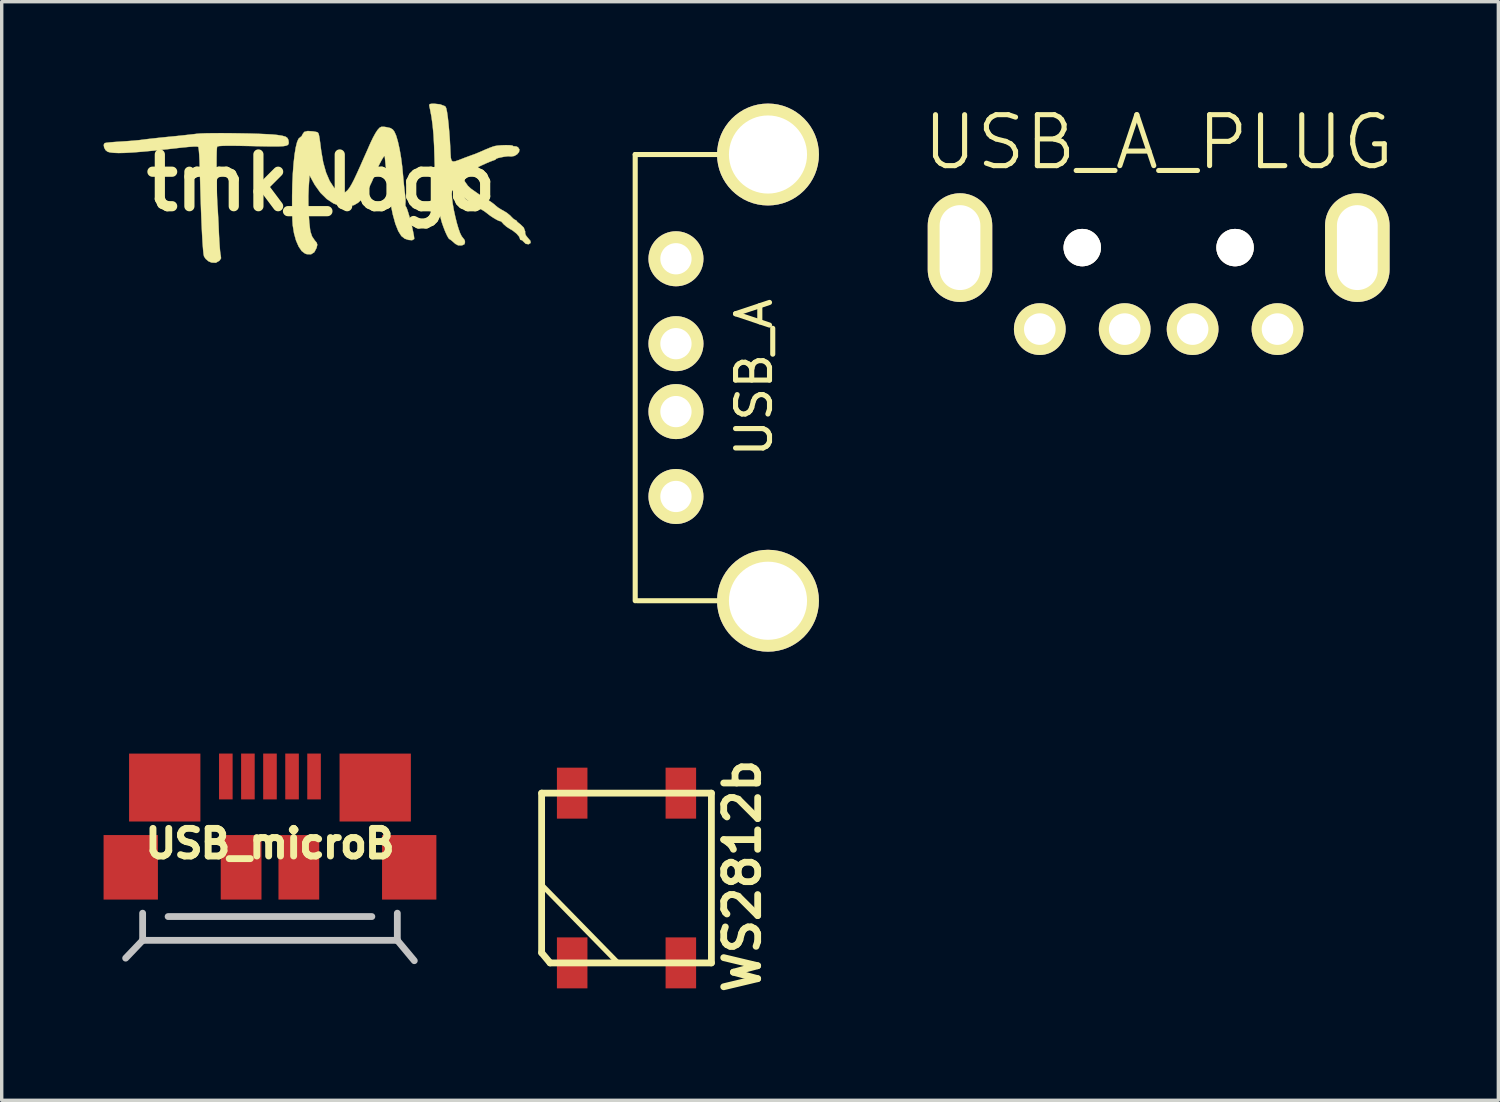
<source format=kicad_pcb>
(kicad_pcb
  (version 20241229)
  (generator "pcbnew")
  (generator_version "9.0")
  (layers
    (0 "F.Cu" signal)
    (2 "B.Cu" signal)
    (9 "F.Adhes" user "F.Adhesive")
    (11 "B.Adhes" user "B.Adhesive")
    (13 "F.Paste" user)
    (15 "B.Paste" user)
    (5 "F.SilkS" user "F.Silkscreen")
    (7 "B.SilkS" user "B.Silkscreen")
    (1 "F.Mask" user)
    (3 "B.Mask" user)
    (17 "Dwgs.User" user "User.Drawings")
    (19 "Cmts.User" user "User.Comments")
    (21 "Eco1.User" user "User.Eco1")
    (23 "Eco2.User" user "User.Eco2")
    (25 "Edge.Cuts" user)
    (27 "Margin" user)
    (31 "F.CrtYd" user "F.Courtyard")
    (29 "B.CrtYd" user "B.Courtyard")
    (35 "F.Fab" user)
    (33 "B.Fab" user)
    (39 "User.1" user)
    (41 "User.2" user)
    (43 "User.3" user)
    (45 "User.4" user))
  (footprint "USB_A_PLUG"
    (layer "F.Cu")
    (at 31.069 6.641)
    (property "Reference" "USB_A_PLUG" (at 0 -5.5 0) (layer "F.SilkS") (effects (font (size 1.5 1.5) (thickness 0.15))))
    (attr through_hole)
    (pad "1" thru_hole circle (at -3.5 0) (size 1.524 1.524) (drill 0.93) (layers "*.Cu" "*.Mask" "F.SilkS"))
    (pad "2" thru_hole circle (at -1 0) (size 1.524 1.524) (drill 0.93) (layers "*.Cu" "*.Mask" "F.SilkS"))
    (pad "3" thru_hole circle (at 1 0) (size 1.524 1.524) (drill 0.93) (layers "*.Cu" "*.Mask" "F.SilkS"))
    (pad "4" thru_hole circle (at 3.5 0) (size 1.524 1.524) (drill 0.93) (layers "*.Cu" "*.Mask" "F.SilkS"))
    (pad "5" thru_hole oval (at -5.85 -2.4) (size 1.9 3.2) (drill oval 1.2 2.5) (layers "*.Cu" "*.Mask" "F.SilkS"))
    (pad "5" thru_hole oval (at 5.85 -2.4) (size 1.9 3.2) (drill oval 1.2 2.5) (layers "*.Cu" "*.Mask" "F.SilkS"))
    (pad "6" thru_hole circle (at -2.25 -2.4) (size 1.1 1.1) (drill 1.1) (layers "*.Cu" "*.Mask" "F.SilkS"))
    (pad "6" thru_hole circle (at 2.25 -2.4) (size 1.1 1.1) (drill 1.1) (layers "*.Cu" "*.Mask" "F.SilkS")))
  (footprint "USB_microB"
    (layer "F.Cu")
    (at 4.9 22.49)
    (property "Reference" "USB_microB" (at 0 -0.699 0) (layer "F.SilkS") (effects (font (size 0.813 0.813) (thickness 0.203))))
    (attr through_hole)
    (fp_line (start -3.75 2.15) (end -4.25 2.675) (stroke (width 0.2) (type solid)) (layer "Dwgs.User"))
    (fp_line (start -3.75 2.15) (end -3.75 1.35) (stroke (width 0.2) (type solid)) (layer "Dwgs.User"))
    (fp_line (start -3.75 2.15) (end 3.75 2.15) (stroke (width 0.2) (type solid)) (layer "Dwgs.User"))
    (fp_line (start -3 1.45) (end 3 1.45) (stroke (width 0.2) (type solid)) (layer "Dwgs.User"))
    (fp_line (start 3.75 2.15) (end 3.75 1.35) (stroke (width 0.2) (type solid)) (layer "Dwgs.User"))
    (fp_line (start 3.75 2.15) (end 4.25 2.75) (stroke (width 0.2) (type solid)) (layer "Dwgs.User"))
    (pad "1" smd rect (at 1.298 -2.675 180) (size 0.4 1.35) (layers "F.Cu" "F.Mask" "F.Paste"))
    (pad "2" smd rect (at 0.65 -2.675 180) (size 0.4 1.35) (layers "F.Cu" "F.Mask" "F.Paste"))
    (pad "3" smd rect (at 0 -2.675 180) (size 0.4 1.35) (layers "F.Cu" "F.Mask" "F.Paste"))
    (pad "4" smd rect (at -0.65 -2.675 180) (size 0.4 1.35) (layers "F.Cu" "F.Mask" "F.Paste"))
    (pad "5" smd rect (at -1.3 -2.675 180) (size 0.4 1.35) (layers "F.Cu" "F.Mask" "F.Paste"))
    (pad "6" smd rect (at -4.1 0) (size 1.6 1.9) (layers "F.Cu" "F.Mask" "F.Paste"))
    (pad "6" smd rect (at -3.099 -2.349) (size 2.1 2) (layers "F.Cu" "F.Mask" "F.Paste"))
    (pad "6" smd rect (at -0.85 0) (size 1.2 1.9) (layers "F.Cu" "F.Mask" "F.Paste"))
    (pad "6" smd rect (at 0.85 0) (size 1.2 1.9) (layers "F.Cu" "F.Mask" "F.Paste"))
    (pad "6" smd rect (at 3.099 -2.349) (size 2.1 2) (layers "F.Cu" "F.Mask" "F.Paste"))
    (pad "6" smd rect (at 4.1 0) (size 1.6 1.9) (layers "F.Cu" "F.Mask" "F.Paste")))
  (footprint "USB_A"
    (layer "F.Cu")
    (at 16.855 8.07)
    (property "Reference" "USB_A" (at 2.3 0 90) (layer "F.SilkS") (effects (font (size 1 1) (thickness 0.15))))
    (attr through_hole)
    (fp_line (start -1.2 -6.57) (end -1.2 6.57) (stroke (width 0.15) (type solid)) (layer "F.SilkS"))
    (fp_line (start -1.2 -6.57) (end 2.71 -6.57) (stroke (width 0.15) (type solid)) (layer "F.SilkS"))
    (fp_line (start 2.71 6.57) (end -1.143 6.57) (stroke (width 0.15) (type solid)) (layer "F.SilkS"))
    (pad "1" thru_hole circle (at 0 3.5) (size 1.62 1.62) (drill 0.92) (layers "*.Cu" "*.Mask" "F.SilkS"))
    (pad "2" thru_hole circle (at 0 1) (size 1.62 1.62) (drill 0.92) (layers "*.Cu" "*.Mask" "F.SilkS"))
    (pad "3" thru_hole circle (at 0 -1) (size 1.62 1.62) (drill 0.92) (layers "*.Cu" "*.Mask" "F.SilkS"))
    (pad "4" thru_hole circle (at 0 -3.5) (size 1.62 1.62) (drill 0.92) (layers "*.Cu" "*.Mask" "F.SilkS"))
    (pad "5" thru_hole circle (at 2.71 -6.57) (size 3 3) (drill 2.3) (layers "*.Cu" "*.Mask" "F.SilkS"))
    (pad "5" thru_hole circle (at 2.71 6.57) (size 3 3) (drill 2.3) (layers "*.Cu" "*.Mask" "F.SilkS")))
  (footprint "WS2812b"
    (layer "F.Cu")
    (at 15.399 22.805)
    (property "Reference" "WS2812b" (at 3.41 -0.06 270) (layer "F.SilkS") (effects (font (size 1 1) (thickness 0.2))))
    (attr through_hole)
    (fp_line (start -2.5 0.2) (end -0.25 2.5) (stroke (width 0.15) (type solid)) (layer "F.SilkS"))
    (fp_line (start -2.5 2.2) (end -2.5 -2.5) (stroke (width 0.2) (type solid)) (layer "F.SilkS"))
    (fp_line (start -2.5 2.2) (end -2.25 2.5) (stroke (width 0.2) (type solid)) (layer "F.SilkS"))
    (fp_line (start -2.499 -2.499) (end 2.499 -2.499) (stroke (width 0.2) (type solid)) (layer "F.SilkS"))
    (fp_line (start -2.25 2.5) (end 2.5 2.5) (stroke (width 0.2) (type solid)) (layer "F.SilkS"))
    (fp_line (start 2.5 -2.5) (end 2.5 2.5) (stroke (width 0.2) (type solid)) (layer "F.SilkS"))
    (pad "1" smd rect (at 1.6 -2.499) (size 0.899 1.501) (layers "F.Cu" "F.Mask" "F.Paste"))
    (pad "2" smd rect (at -1.6 -2.499) (size 0.899 1.501) (layers "F.Cu" "F.Mask" "F.Paste"))
    (pad "3" smd rect (at -1.6 2.499) (size 0.899 1.501) (layers "F.Cu" "F.Mask" "F.Paste"))
    (pad "4" smd rect (at 1.6 2.499) (size 0.899 1.501) (layers "F.Cu" "F.Mask" "F.Paste")))
  (footprint "tmk_logo"
    (layer "F.Cu")
    (at 6.41 2.333)
    (property "Reference" "tmk_logo" (at 0 0 0) (layer "F.SilkS") (effects (font (size 1.524 1.524) (thickness 0.3))))
    (attr through_hole)
    (fp_poly (pts (xy -2.659 -1.46) (xy -2.383 -1.456) (xy -2.11 -1.451) (xy -1.855 -1.443) (xy -1.628 -1.433) (xy -1.443 -1.423) (xy -1.311 -1.41) (xy -1.306 -1.41) (xy -1.152 -1.386) (xy -1.053 -1.359) (xy -0.998 -1.321) (xy -0.97 -1.267) (xy -0.963 -1.231) (xy -0.958 -1.182) (xy -0.963 -1.144) (xy -0.985 -1.115) (xy -1.032 -1.094) (xy -1.11 -1.08) (xy -1.228 -1.073) (xy -1.391 -1.071) (xy -1.607 -1.073) (xy -1.883 -1.078) (xy -2.036 -1.082) (xy -2.347 -1.088) (xy -2.593 -1.092) (xy -2.781 -1.092) (xy -2.917 -1.088) (xy -3.006 -1.082) (xy -3.054 -1.071) (xy -3.066 -1.063) (xy -3.073 -1.016) (xy -3.079 -0.911) (xy -3.082 -0.759) (xy -3.083 -0.571) (xy -3.083 -0.36) (xy -3.081 -0.136) (xy -3.078 0.087) (xy -3.073 0.3) (xy -3.066 0.489) (xy -3.059 0.644) (xy -3.054 0.706) (xy -3.046 0.823) (xy -3.037 0.992) (xy -3.026 1.193) (xy -3.017 1.407) (xy -3.013 1.499) (xy -3.003 1.698) (xy -2.991 1.876) (xy -2.979 2.02) (xy -2.966 2.116) (xy -2.96 2.144) (xy -2.951 2.222) (xy -2.999 2.294) (xy -3.104 2.354) (xy -3.231 2.348) (xy -3.318 2.312) (xy -3.402 2.241) (xy -3.451 2.169) (xy -3.465 2.104) (xy -3.479 1.972) (xy -3.494 1.776) (xy -3.509 1.519) (xy -3.524 1.204) (xy -3.539 0.834) (xy -3.553 0.413) (xy -3.567 -0.056) (xy -3.578 -0.454) (xy -3.584 -0.649) (xy -3.593 -0.82) (xy -3.604 -0.954) (xy -3.615 -1.038) (xy -3.622 -1.06) (xy -3.666 -1.068) (xy -3.766 -1.067) (xy -3.907 -1.057) (xy -4.073 -1.041) (xy -4.075 -1.041) (xy -4.537 -0.989) (xy -4.934 -0.948) (xy -5.272 -0.916) (xy -5.553 -0.894) (xy -5.784 -0.881) (xy -5.97 -0.877) (xy -6.114 -0.883) (xy -6.222 -0.896) (xy -6.291 -0.915) (xy -6.352 -0.963) (xy -6.393 -1.039) (xy -6.405 -1.116) (xy -6.38 -1.168) (xy -6.379 -1.168) (xy -6.333 -1.178) (xy -6.23 -1.19) (xy -6.087 -1.202) (xy -5.919 -1.213) (xy -5.915 -1.213) (xy -5.721 -1.226) (xy -5.527 -1.241) (xy -5.358 -1.257) (xy -5.256 -1.27) (xy -5.139 -1.285) (xy -4.971 -1.304) (xy -4.77 -1.326) (xy -4.557 -1.348) (xy -4.463 -1.357) (xy -4.249 -1.378) (xy -4.04 -1.4) (xy -3.855 -1.421) (xy -3.713 -1.437) (xy -3.669 -1.443) (xy -3.558 -1.452) (xy -3.389 -1.458) (xy -3.175 -1.461) (xy -2.928 -1.462) (xy -2.659 -1.46)) (stroke (width 0.01) (type solid)) (fill yes) (layer "F.SilkS"))
    (fp_poly (pts (xy 1.85 -1.649) (xy 1.918 -1.639) (xy 2.033 -1.613) (xy 2.106 -1.569) (xy 2.154 -1.505) (xy 2.206 -1.388) (xy 2.257 -1.213) (xy 2.306 -0.994) (xy 2.349 -0.744) (xy 2.384 -0.475) (xy 2.399 -0.318) (xy 2.417 -0.124) (xy 2.435 0.065) (xy 2.453 0.229) (xy 2.466 0.333) (xy 2.479 0.458) (xy 2.482 0.562) (xy 2.477 0.61) (xy 2.477 0.676) (xy 2.493 0.7) (xy 2.516 0.743) (xy 2.549 0.839) (xy 2.589 0.971) (xy 2.63 1.125) (xy 2.67 1.284) (xy 2.703 1.433) (xy 2.727 1.555) (xy 2.737 1.635) (xy 2.735 1.656) (xy 2.675 1.69) (xy 2.571 1.682) (xy 2.458 1.645) (xy 2.36 1.568) (xy 2.268 1.422) (xy 2.183 1.208) (xy 2.106 0.929) (xy 2.036 0.584) (xy 1.974 0.176) (xy 1.94 -0.107) (xy 1.918 -0.314) (xy 1.898 -0.498) (xy 1.883 -0.646) (xy 1.873 -0.748) (xy 1.869 -0.789) (xy 1.855 -0.789) (xy 1.819 -0.739) (xy 1.769 -0.654) (xy 1.713 -0.547) (xy 1.658 -0.434) (xy 1.622 -0.348) (xy 1.5 -0.055) (xy 1.39 0.177) (xy 1.288 0.357) (xy 1.188 0.49) (xy 1.085 0.586) (xy 0.975 0.651) (xy 0.962 0.657) (xy 0.769 0.703) (xy 0.566 0.685) (xy 0.361 0.608) (xy 0.162 0.476) (xy -0.024 0.293) (xy -0.189 0.063) (xy -0.235 -0.019) (xy -0.345 -0.223) (xy -0.371 0.153) (xy -0.38 0.386) (xy -0.379 0.649) (xy -0.37 0.917) (xy -0.352 1.169) (xy -0.328 1.382) (xy -0.318 1.44) (xy -0.271 1.579) (xy -0.194 1.693) (xy -0.134 1.765) (xy -0.117 1.824) (xy -0.136 1.906) (xy -0.14 1.92) (xy -0.206 2.045) (xy -0.301 2.105) (xy -0.425 2.101) (xy -0.478 2.083) (xy -0.576 2.009) (xy -0.666 1.876) (xy -0.743 1.698) (xy -0.802 1.485) (xy -0.84 1.249) (xy -0.849 1.111) (xy -0.858 0.741) (xy -0.858 0.381) (xy -0.851 0.037) (xy -0.836 -0.284) (xy -0.814 -0.574) (xy -0.786 -0.827) (xy -0.752 -1.037) (xy -0.713 -1.195) (xy -0.67 -1.296) (xy -0.631 -1.331) (xy -0.576 -1.375) (xy -0.549 -1.432) (xy -0.501 -1.498) (xy -0.398 -1.525) (xy -0.239 -1.514) (xy -0.151 -1.498) (xy -0.121 -1.491) (xy -0.098 -1.477) (xy -0.08 -1.448) (xy -0.065 -1.391) (xy -0.048 -1.296) (xy -0.029 -1.154) (xy -0.003 -0.952) (xy -0.001 -0.935) (xy 0.058 -0.598) (xy 0.141 -0.303) (xy 0.246 -0.057) (xy 0.37 0.135) (xy 0.51 0.264) (xy 0.537 0.281) (xy 0.609 0.313) (xy 0.664 0.304) (xy 0.724 0.264) (xy 0.776 0.217) (xy 0.829 0.149) (xy 0.888 0.052) (xy 0.959 -0.083) (xy 1.045 -0.265) (xy 1.153 -0.503) (xy 1.164 -0.529) (xy 1.246 -0.715) (xy 1.332 -0.907) (xy 1.408 -1.08) (xy 1.457 -1.19) (xy 1.524 -1.33) (xy 1.594 -1.458) (xy 1.654 -1.55) (xy 1.658 -1.555) (xy 1.717 -1.621) (xy 1.771 -1.649) (xy 1.85 -1.649)) (stroke (width 0.01) (type solid)) (fill yes) (layer "F.SilkS"))
    (fp_poly (pts (xy 3.497 -2.311) (xy 3.629 -2.262) (xy 3.66 -2.241) (xy 3.681 -2.192) (xy 3.704 -2.082) (xy 3.727 -1.921) (xy 3.749 -1.72) (xy 3.77 -1.488) (xy 3.788 -1.234) (xy 3.797 -1.066) (xy 3.806 -0.871) (xy 3.815 -0.737) (xy 3.835 -0.659) (xy 3.875 -0.626) (xy 3.944 -0.633) (xy 4.054 -0.671) (xy 4.213 -0.733) (xy 4.216 -0.734) (xy 4.337 -0.779) (xy 4.43 -0.813) (xy 4.478 -0.83) (xy 4.48 -0.831) (xy 4.542 -0.853) (xy 4.663 -0.904) (xy 4.823 -0.974) (xy 4.945 -1.025) (xy 5.056 -1.066) (xy 5.106 -1.081) (xy 5.195 -1.096) (xy 5.311 -1.105) (xy 5.434 -1.109) (xy 5.544 -1.107) (xy 5.62 -1.099) (xy 5.644 -1.087) (xy 5.67 -1.072) (xy 5.689 -1.076) (xy 5.749 -1.069) (xy 5.795 -1.044) (xy 5.836 -0.98) (xy 5.823 -0.907) (xy 5.768 -0.84) (xy 5.686 -0.791) (xy 5.588 -0.775) (xy 5.552 -0.78) (xy 5.493 -0.781) (xy 5.399 -0.77) (xy 5.296 -0.751) (xy 5.207 -0.73) (xy 5.155 -0.711) (xy 5.151 -0.705) (xy 5.121 -0.678) (xy 5.054 -0.654) (xy 4.986 -0.629) (xy 4.87 -0.581) (xy 4.723 -0.514) (xy 4.561 -0.438) (xy 4.557 -0.436) (xy 4.391 -0.355) (xy 4.28 -0.297) (xy 4.213 -0.254) (xy 4.18 -0.219) (xy 4.173 -0.185) (xy 4.179 -0.153) (xy 4.23 -0.035) (xy 4.315 0.086) (xy 4.403 0.169) (xy 4.469 0.216) (xy 4.561 0.28) (xy 4.586 0.298) (xy 4.689 0.368) (xy 4.817 0.449) (xy 4.89 0.493) (xy 5 0.564) (xy 5.092 0.633) (xy 5.133 0.67) (xy 5.203 0.727) (xy 5.305 0.791) (xy 5.348 0.813) (xy 5.463 0.882) (xy 5.564 0.964) (xy 5.588 0.991) (xy 5.654 1.057) (xy 5.705 1.092) (xy 5.713 1.094) (xy 5.749 1.113) (xy 5.75 1.12) (xy 5.777 1.155) (xy 5.842 1.207) (xy 5.856 1.217) (xy 5.962 1.319) (xy 6.005 1.436) (xy 6.003 1.483) (xy 6.022 1.543) (xy 6.077 1.615) (xy 6.084 1.622) (xy 6.158 1.709) (xy 6.165 1.771) (xy 6.107 1.808) (xy 6.103 1.809) (xy 6.022 1.796) (xy 5.967 1.744) (xy 5.914 1.692) (xy 5.879 1.682) (xy 5.878 1.683) (xy 5.858 1.676) (xy 5.855 1.655) (xy 5.825 1.581) (xy 5.747 1.492) (xy 5.639 1.406) (xy 5.56 1.36) (xy 5.456 1.293) (xy 5.368 1.216) (xy 5.356 1.201) (xy 5.305 1.145) (xy 5.275 1.128) (xy 5.274 1.129) (xy 5.239 1.123) (xy 5.166 1.088) (xy 5.072 1.033) (xy 4.976 0.97) (xy 4.897 0.909) (xy 4.886 0.9) (xy 4.808 0.841) (xy 4.699 0.774) (xy 4.643 0.744) (xy 4.534 0.684) (xy 4.443 0.626) (xy 4.412 0.603) (xy 4.303 0.512) (xy 4.235 0.458) (xy 4.196 0.431) (xy 4.174 0.423) (xy 4.171 0.423) (xy 4.131 0.401) (xy 4.061 0.347) (xy 4.026 0.317) (xy 3.947 0.253) (xy 3.889 0.216) (xy 3.876 0.212) (xy 3.85 0.243) (xy 3.843 0.331) (xy 3.851 0.461) (xy 3.872 0.623) (xy 3.904 0.804) (xy 3.945 0.992) (xy 3.99 1.176) (xy 4.039 1.343) (xy 4.088 1.481) (xy 4.136 1.577) (xy 4.168 1.616) (xy 4.221 1.686) (xy 4.233 1.744) (xy 4.218 1.806) (xy 4.159 1.836) (xy 4.122 1.843) (xy 4.03 1.841) (xy 3.948 1.797) (xy 3.905 1.759) (xy 3.833 1.696) (xy 3.783 1.661) (xy 3.774 1.658) (xy 3.745 1.627) (xy 3.701 1.547) (xy 3.649 1.433) (xy 3.598 1.302) (xy 3.553 1.173) (xy 3.526 1.076) (xy 3.495 0.944) (xy 3.465 0.817) (xy 3.455 0.776) (xy 3.421 0.599) (xy 3.392 0.375) (xy 3.369 0.1) (xy 3.351 -0.234) (xy 3.337 -0.631) (xy 3.335 -0.723) (xy 3.323 -1.098) (xy 3.306 -1.416) (xy 3.28 -1.691) (xy 3.247 -1.938) (xy 3.203 -2.169) (xy 3.189 -2.231) (xy 3.179 -2.29) (xy 3.197 -2.318) (xy 3.257 -2.328) (xy 3.332 -2.328) (xy 3.497 -2.311)) (stroke (width 0.01) (type solid)) (fill yes) (layer "F.SilkS")))
  (gr_rect
    (start -3 -3)
    (end 41.072 29.35)
    (stroke (width 0.1) (type default))
    (fill no)
    (layer "Edge.Cuts")))
</source>
